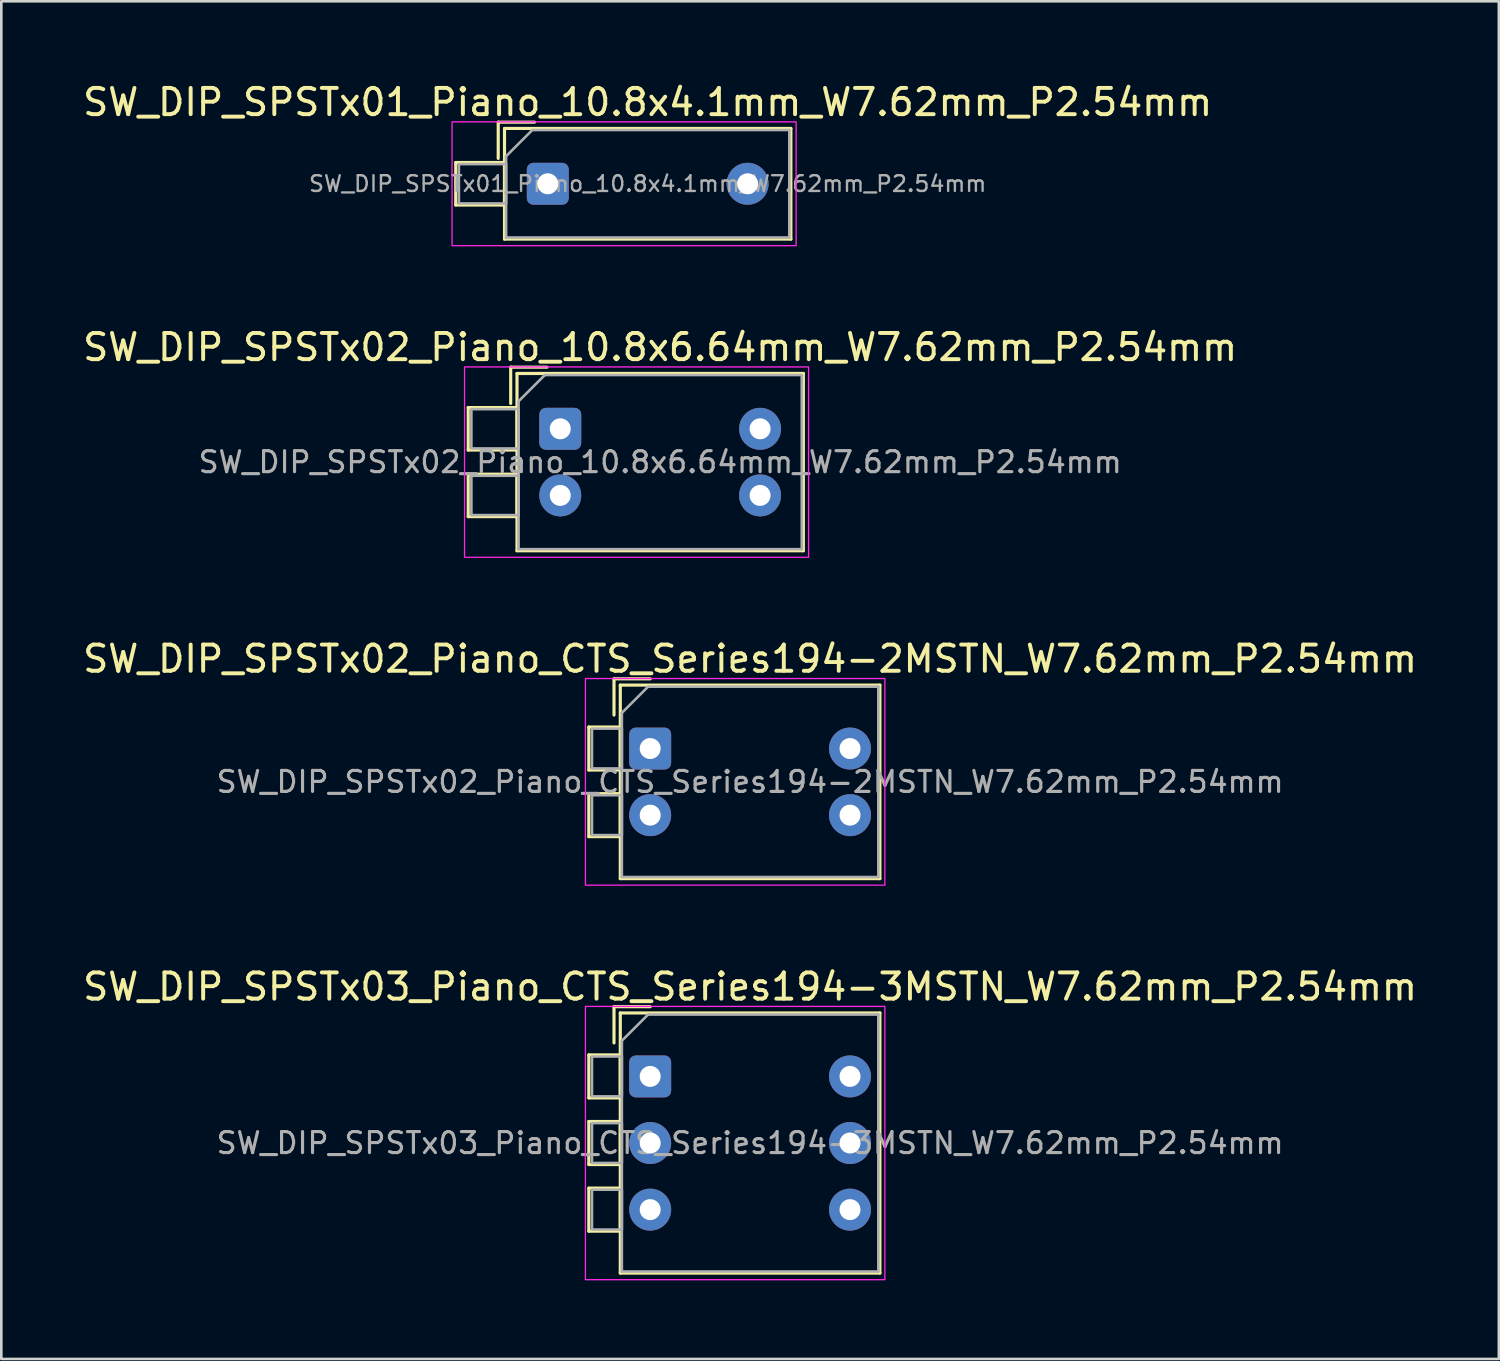
<source format=kicad_pcb>
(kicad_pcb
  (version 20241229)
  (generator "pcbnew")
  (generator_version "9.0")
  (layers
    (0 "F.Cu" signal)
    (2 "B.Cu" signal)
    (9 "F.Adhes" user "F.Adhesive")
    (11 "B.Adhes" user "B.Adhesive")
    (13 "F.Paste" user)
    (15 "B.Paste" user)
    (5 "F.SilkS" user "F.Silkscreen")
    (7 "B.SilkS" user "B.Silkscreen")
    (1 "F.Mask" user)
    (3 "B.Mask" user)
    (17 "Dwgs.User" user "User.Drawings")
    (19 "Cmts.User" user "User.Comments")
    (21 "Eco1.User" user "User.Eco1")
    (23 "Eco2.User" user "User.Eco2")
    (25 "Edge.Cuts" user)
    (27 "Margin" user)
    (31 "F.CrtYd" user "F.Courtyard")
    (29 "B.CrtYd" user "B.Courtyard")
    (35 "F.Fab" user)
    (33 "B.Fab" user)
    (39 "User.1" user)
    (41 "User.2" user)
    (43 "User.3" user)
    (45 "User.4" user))
  (footprint "SW_DIP_SPSTx02_Piano_CTS_Series194-2MSTN_W7.62mm_P2.54mm"
    (layer "F.Cu")
    (at 21.744 25.495)
    (property "Reference" "SW_DIP_SPSTx02_Piano_CTS_Series194-2MSTN_W7.62mm_P2.54mm" (at 3.81 -3.42 0) (layer "F.SilkS") (effects (font (size 1 1) (thickness 0.15))))
    (attr through_hole)
    (fp_line (start -2.34 -0.82) (end -2.34 0.82) (stroke (width 0.12) (type solid)) (layer "F.SilkS"))
    (fp_line (start -2.34 -0.82) (end -1.14 -0.82) (stroke (width 0.12) (type solid)) (layer "F.SilkS"))
    (fp_line (start -2.34 0.82) (end -1.14 0.82) (stroke (width 0.12) (type solid)) (layer "F.SilkS"))
    (fp_line (start -2.34 1.72) (end -2.34 3.36) (stroke (width 0.12) (type solid)) (layer "F.SilkS"))
    (fp_line (start -2.34 1.72) (end -1.14 1.72) (stroke (width 0.12) (type solid)) (layer "F.SilkS"))
    (fp_line (start -2.34 3.36) (end -1.14 3.36) (stroke (width 0.12) (type solid)) (layer "F.SilkS"))
    (fp_line (start -1.38 -2.66) (end -1.38 -1.277) (stroke (width 0.12) (type solid)) (layer "F.SilkS"))
    (fp_line (start -1.38 -2.66) (end 0.003 -2.66) (stroke (width 0.12) (type solid)) (layer "F.SilkS"))
    (fp_line (start -1.14 -2.42) (end -1.14 4.96) (stroke (width 0.12) (type solid)) (layer "F.SilkS"))
    (fp_line (start -1.14 -2.42) (end 8.76 -2.42) (stroke (width 0.12) (type solid)) (layer "F.SilkS"))
    (fp_line (start -1.14 -0.82) (end -1.14 0.82) (stroke (width 0.12) (type solid)) (layer "F.SilkS"))
    (fp_line (start -1.14 1.72) (end -1.14 3.36) (stroke (width 0.12) (type solid)) (layer "F.SilkS"))
    (fp_line (start -1.14 4.96) (end 8.76 4.96) (stroke (width 0.12) (type solid)) (layer "F.SilkS"))
    (fp_line (start 8.76 -2.42) (end 8.76 4.96) (stroke (width 0.12) (type solid)) (layer "F.SilkS"))
    (fp_rect (start -2.47 -2.67) (end 8.95 5.21) (stroke (width 0.05) (type solid)) (fill no) (layer "F.CrtYd"))
    (fp_line (start -1.08 -1.36) (end -0.08 -2.36) (stroke (width 0.1) (type solid)) (layer "F.Fab"))
    (fp_line (start -1.08 4.9) (end -1.08 -1.36) (stroke (width 0.1) (type solid)) (layer "F.Fab"))
    (fp_line (start -0.08 -2.36) (end 8.7 -2.36) (stroke (width 0.1) (type solid)) (layer "F.Fab"))
    (fp_line (start 8.7 -2.36) (end 8.7 4.9) (stroke (width 0.1) (type solid)) (layer "F.Fab"))
    (fp_line (start 8.7 4.9) (end -1.08 4.9) (stroke (width 0.1) (type solid)) (layer "F.Fab"))
    (fp_rect (start -1.08 -0.76) (end -2.22 0.76) (stroke (width 0.1) (type solid)) (fill no) (layer "F.Fab"))
    (fp_rect (start -1.08 1.78) (end -2.22 3.3) (stroke (width 0.1) (type solid)) (fill no) (layer "F.Fab"))
    (fp_text user "${REFERENCE}" (at 3.81 1.27 0) (layer "F.Fab") (effects (font (size 0.8 0.8) (thickness 0.12))))
    (pad "1" thru_hole roundrect (at 0 0) (size 1.6 1.6) (drill 0.8) (layers "*.Cu" "*.Mask") (roundrect_rratio 0.156))
    (pad "2" thru_hole circle (at 0 2.54) (size 1.6 1.6) (drill 0.8) (layers "*.Cu" "*.Mask"))
    (pad "3" thru_hole circle (at 7.62 2.54) (size 1.6 1.6) (drill 0.8) (layers "*.Cu" "*.Mask"))
    (pad "4" thru_hole circle (at 7.62 0) (size 1.6 1.6) (drill 0.8) (layers "*.Cu" "*.Mask")))
  (footprint "SW_DIP_SPSTx01_Piano_10.8x4.1mm_W7.62mm_P2.54mm"
    (layer "F.Cu")
    (at 17.839 3.958)
    (property "Reference" "SW_DIP_SPSTx01_Piano_10.8x4.1mm_W7.62mm_P2.54mm" (at 3.81 -3.11 0) (layer "F.SilkS") (effects (font (size 1 1) (thickness 0.15))))
    (attr through_hole)
    (fp_line (start -3.51 -0.81) (end -3.51 0.81) (stroke (width 0.12) (type solid)) (layer "F.SilkS"))
    (fp_line (start -3.51 -0.81) (end -1.65 -0.81) (stroke (width 0.12) (type solid)) (layer "F.SilkS"))
    (fp_line (start -3.51 0.81) (end -1.65 0.81) (stroke (width 0.12) (type solid)) (layer "F.SilkS"))
    (fp_line (start -1.89 -2.35) (end -1.89 -0.967) (stroke (width 0.12) (type solid)) (layer "F.SilkS"))
    (fp_line (start -1.89 -2.35) (end -0.507 -2.35) (stroke (width 0.12) (type solid)) (layer "F.SilkS"))
    (fp_line (start -1.65 -2.11) (end -1.65 2.11) (stroke (width 0.12) (type solid)) (layer "F.SilkS"))
    (fp_line (start -1.65 -2.11) (end 9.27 -2.11) (stroke (width 0.12) (type solid)) (layer "F.SilkS"))
    (fp_line (start -1.65 -0.81) (end -1.65 0.81) (stroke (width 0.12) (type solid)) (layer "F.SilkS"))
    (fp_line (start -1.65 2.11) (end 9.27 2.11) (stroke (width 0.12) (type solid)) (layer "F.SilkS"))
    (fp_line (start 9.27 -2.11) (end 9.27 2.11) (stroke (width 0.12) (type solid)) (layer "F.SilkS"))
    (fp_rect (start -3.65 -2.36) (end 9.47 2.36) (stroke (width 0.05) (type solid)) (fill no) (layer "F.CrtYd"))
    (fp_line (start -1.59 -1.05) (end -0.59 -2.05) (stroke (width 0.1) (type solid)) (layer "F.Fab"))
    (fp_line (start -1.59 2.05) (end -1.59 -1.05) (stroke (width 0.1) (type solid)) (layer "F.Fab"))
    (fp_line (start -0.59 -2.05) (end 9.21 -2.05) (stroke (width 0.1) (type solid)) (layer "F.Fab"))
    (fp_line (start 9.21 -2.05) (end 9.21 2.05) (stroke (width 0.1) (type solid)) (layer "F.Fab"))
    (fp_line (start 9.21 2.05) (end -1.59 2.05) (stroke (width 0.1) (type solid)) (layer "F.Fab"))
    (fp_rect (start -1.59 -0.75) (end -3.39 0.75) (stroke (width 0.1) (type solid)) (fill no) (layer "F.Fab"))
    (fp_text user "${REFERENCE}" (at 3.81 0 0) (layer "F.Fab") (effects (font (size 0.6 0.6) (thickness 0.09))))
    (pad "1" thru_hole roundrect (at 0 0) (size 1.6 1.6) (drill 0.8) (layers "*.Cu" "*.Mask") (roundrect_rratio 0.156))
    (pad "2" thru_hole circle (at 7.62 0) (size 1.6 1.6) (drill 0.8) (layers "*.Cu" "*.Mask")))
  (footprint "SW_DIP_SPSTx03_Piano_CTS_Series194-3MSTN_W7.62mm_P2.54mm"
    (layer "F.Cu")
    (at 21.744 37.998)
    (property "Reference" "SW_DIP_SPSTx03_Piano_CTS_Series194-3MSTN_W7.62mm_P2.54mm" (at 3.81 -3.42 0) (layer "F.SilkS") (effects (font (size 1 1) (thickness 0.15))))
    (attr through_hole)
    (fp_line (start -2.34 -0.82) (end -2.34 0.82) (stroke (width 0.12) (type solid)) (layer "F.SilkS"))
    (fp_line (start -2.34 -0.82) (end -1.14 -0.82) (stroke (width 0.12) (type solid)) (layer "F.SilkS"))
    (fp_line (start -2.34 0.82) (end -1.14 0.82) (stroke (width 0.12) (type solid)) (layer "F.SilkS"))
    (fp_line (start -2.34 1.72) (end -2.34 3.36) (stroke (width 0.12) (type solid)) (layer "F.SilkS"))
    (fp_line (start -2.34 1.72) (end -1.14 1.72) (stroke (width 0.12) (type solid)) (layer "F.SilkS"))
    (fp_line (start -2.34 3.36) (end -1.14 3.36) (stroke (width 0.12) (type solid)) (layer "F.SilkS"))
    (fp_line (start -2.34 4.26) (end -2.34 5.9) (stroke (width 0.12) (type solid)) (layer "F.SilkS"))
    (fp_line (start -2.34 4.26) (end -1.14 4.26) (stroke (width 0.12) (type solid)) (layer "F.SilkS"))
    (fp_line (start -2.34 5.9) (end -1.14 5.9) (stroke (width 0.12) (type solid)) (layer "F.SilkS"))
    (fp_line (start -1.38 -2.66) (end -1.38 -1.277) (stroke (width 0.12) (type solid)) (layer "F.SilkS"))
    (fp_line (start -1.38 -2.66) (end 0.003 -2.66) (stroke (width 0.12) (type solid)) (layer "F.SilkS"))
    (fp_line (start -1.14 -2.42) (end -1.14 7.5) (stroke (width 0.12) (type solid)) (layer "F.SilkS"))
    (fp_line (start -1.14 -2.42) (end 8.76 -2.42) (stroke (width 0.12) (type solid)) (layer "F.SilkS"))
    (fp_line (start -1.14 -0.82) (end -1.14 0.82) (stroke (width 0.12) (type solid)) (layer "F.SilkS"))
    (fp_line (start -1.14 1.72) (end -1.14 3.36) (stroke (width 0.12) (type solid)) (layer "F.SilkS"))
    (fp_line (start -1.14 4.26) (end -1.14 5.9) (stroke (width 0.12) (type solid)) (layer "F.SilkS"))
    (fp_line (start -1.14 7.5) (end 8.76 7.5) (stroke (width 0.12) (type solid)) (layer "F.SilkS"))
    (fp_line (start 8.76 -2.42) (end 8.76 7.5) (stroke (width 0.12) (type solid)) (layer "F.SilkS"))
    (fp_rect (start -2.47 -2.67) (end 8.95 7.75) (stroke (width 0.05) (type solid)) (fill no) (layer "F.CrtYd"))
    (fp_line (start -1.08 -1.36) (end -0.08 -2.36) (stroke (width 0.1) (type solid)) (layer "F.Fab"))
    (fp_line (start -1.08 7.44) (end -1.08 -1.36) (stroke (width 0.1) (type solid)) (layer "F.Fab"))
    (fp_line (start -0.08 -2.36) (end 8.7 -2.36) (stroke (width 0.1) (type solid)) (layer "F.Fab"))
    (fp_line (start 8.7 -2.36) (end 8.7 7.44) (stroke (width 0.1) (type solid)) (layer "F.Fab"))
    (fp_line (start 8.7 7.44) (end -1.08 7.44) (stroke (width 0.1) (type solid)) (layer "F.Fab"))
    (fp_rect (start -1.08 -0.76) (end -2.22 0.76) (stroke (width 0.1) (type solid)) (fill no) (layer "F.Fab"))
    (fp_rect (start -1.08 1.78) (end -2.22 3.3) (stroke (width 0.1) (type solid)) (fill no) (layer "F.Fab"))
    (fp_rect (start -1.08 4.32) (end -2.22 5.84) (stroke (width 0.1) (type solid)) (fill no) (layer "F.Fab"))
    (fp_text user "${REFERENCE}" (at 3.81 2.54 0) (layer "F.Fab") (effects (font (size 0.8 0.8) (thickness 0.12))))
    (pad "1" thru_hole roundrect (at 0 0) (size 1.6 1.6) (drill 0.8) (layers "*.Cu" "*.Mask") (roundrect_rratio 0.156))
    (pad "2" thru_hole circle (at 0 2.54) (size 1.6 1.6) (drill 0.8) (layers "*.Cu" "*.Mask"))
    (pad "3" thru_hole circle (at 0 5.08) (size 1.6 1.6) (drill 0.8) (layers "*.Cu" "*.Mask"))
    (pad "4" thru_hole circle (at 7.62 5.08) (size 1.6 1.6) (drill 0.8) (layers "*.Cu" "*.Mask"))
    (pad "5" thru_hole circle (at 7.62 2.54) (size 1.6 1.6) (drill 0.8) (layers "*.Cu" "*.Mask"))
    (pad "6" thru_hole circle (at 7.62 0) (size 1.6 1.6) (drill 0.8) (layers "*.Cu" "*.Mask")))
  (footprint "SW_DIP_SPSTx02_Piano_10.8x6.64mm_W7.62mm_P2.54mm"
    (layer "F.Cu")
    (at 18.315 13.302)
    (property "Reference" "SW_DIP_SPSTx02_Piano_10.8x6.64mm_W7.62mm_P2.54mm" (at 3.81 -3.11 0) (layer "F.SilkS") (effects (font (size 1 1) (thickness 0.15))))
    (attr through_hole)
    (fp_line (start -3.51 -0.81) (end -3.51 0.81) (stroke (width 0.12) (type solid)) (layer "F.SilkS"))
    (fp_line (start -3.51 -0.81) (end -1.65 -0.81) (stroke (width 0.12) (type solid)) (layer "F.SilkS"))
    (fp_line (start -3.51 0.81) (end -1.65 0.81) (stroke (width 0.12) (type solid)) (layer "F.SilkS"))
    (fp_line (start -3.51 1.73) (end -3.51 3.35) (stroke (width 0.12) (type solid)) (layer "F.SilkS"))
    (fp_line (start -3.51 1.73) (end -1.65 1.73) (stroke (width 0.12) (type solid)) (layer "F.SilkS"))
    (fp_line (start -3.51 3.35) (end -1.65 3.35) (stroke (width 0.12) (type solid)) (layer "F.SilkS"))
    (fp_line (start -1.89 -2.35) (end -1.89 -0.967) (stroke (width 0.12) (type solid)) (layer "F.SilkS"))
    (fp_line (start -1.89 -2.35) (end -0.507 -2.35) (stroke (width 0.12) (type solid)) (layer "F.SilkS"))
    (fp_line (start -1.65 -2.11) (end -1.65 4.65) (stroke (width 0.12) (type solid)) (layer "F.SilkS"))
    (fp_line (start -1.65 -2.11) (end 9.27 -2.11) (stroke (width 0.12) (type solid)) (layer "F.SilkS"))
    (fp_line (start -1.65 -0.81) (end -1.65 0.81) (stroke (width 0.12) (type solid)) (layer "F.SilkS"))
    (fp_line (start -1.65 1.73) (end -1.65 3.35) (stroke (width 0.12) (type solid)) (layer "F.SilkS"))
    (fp_line (start -1.65 4.65) (end 9.27 4.65) (stroke (width 0.12) (type solid)) (layer "F.SilkS"))
    (fp_line (start 9.27 -2.11) (end 9.27 4.65) (stroke (width 0.12) (type solid)) (layer "F.SilkS"))
    (fp_rect (start -3.65 -2.36) (end 9.47 4.9) (stroke (width 0.05) (type solid)) (fill no) (layer "F.CrtYd"))
    (fp_line (start -1.59 -1.05) (end -0.59 -2.05) (stroke (width 0.1) (type solid)) (layer "F.Fab"))
    (fp_line (start -1.59 4.59) (end -1.59 -1.05) (stroke (width 0.1) (type solid)) (layer "F.Fab"))
    (fp_line (start -0.59 -2.05) (end 9.21 -2.05) (stroke (width 0.1) (type solid)) (layer "F.Fab"))
    (fp_line (start 9.21 -2.05) (end 9.21 4.59) (stroke (width 0.1) (type solid)) (layer "F.Fab"))
    (fp_line (start 9.21 4.59) (end -1.59 4.59) (stroke (width 0.1) (type solid)) (layer "F.Fab"))
    (fp_rect (start -1.59 -0.75) (end -3.39 0.75) (stroke (width 0.1) (type solid)) (fill no) (layer "F.Fab"))
    (fp_rect (start -1.59 1.79) (end -3.39 3.29) (stroke (width 0.1) (type solid)) (fill no) (layer "F.Fab"))
    (fp_text user "${REFERENCE}" (at 3.81 1.27 0) (layer "F.Fab") (effects (font (size 0.8 0.8) (thickness 0.12))))
    (pad "1" thru_hole roundrect (at 0 0) (size 1.6 1.6) (drill 0.8) (layers "*.Cu" "*.Mask") (roundrect_rratio 0.156))
    (pad "2" thru_hole circle (at 0 2.54) (size 1.6 1.6) (drill 0.8) (layers "*.Cu" "*.Mask"))
    (pad "3" thru_hole circle (at 7.62 2.54) (size 1.6 1.6) (drill 0.8) (layers "*.Cu" "*.Mask"))
    (pad "4" thru_hole circle (at 7.62 0) (size 1.6 1.6) (drill 0.8) (layers "*.Cu" "*.Mask")))
  (gr_rect
    (start -3 -3)
    (end 54.107 48.773)
    (stroke (width 0.1) (type default))
    (fill no)
    (layer "Edge.Cuts")))
</source>
